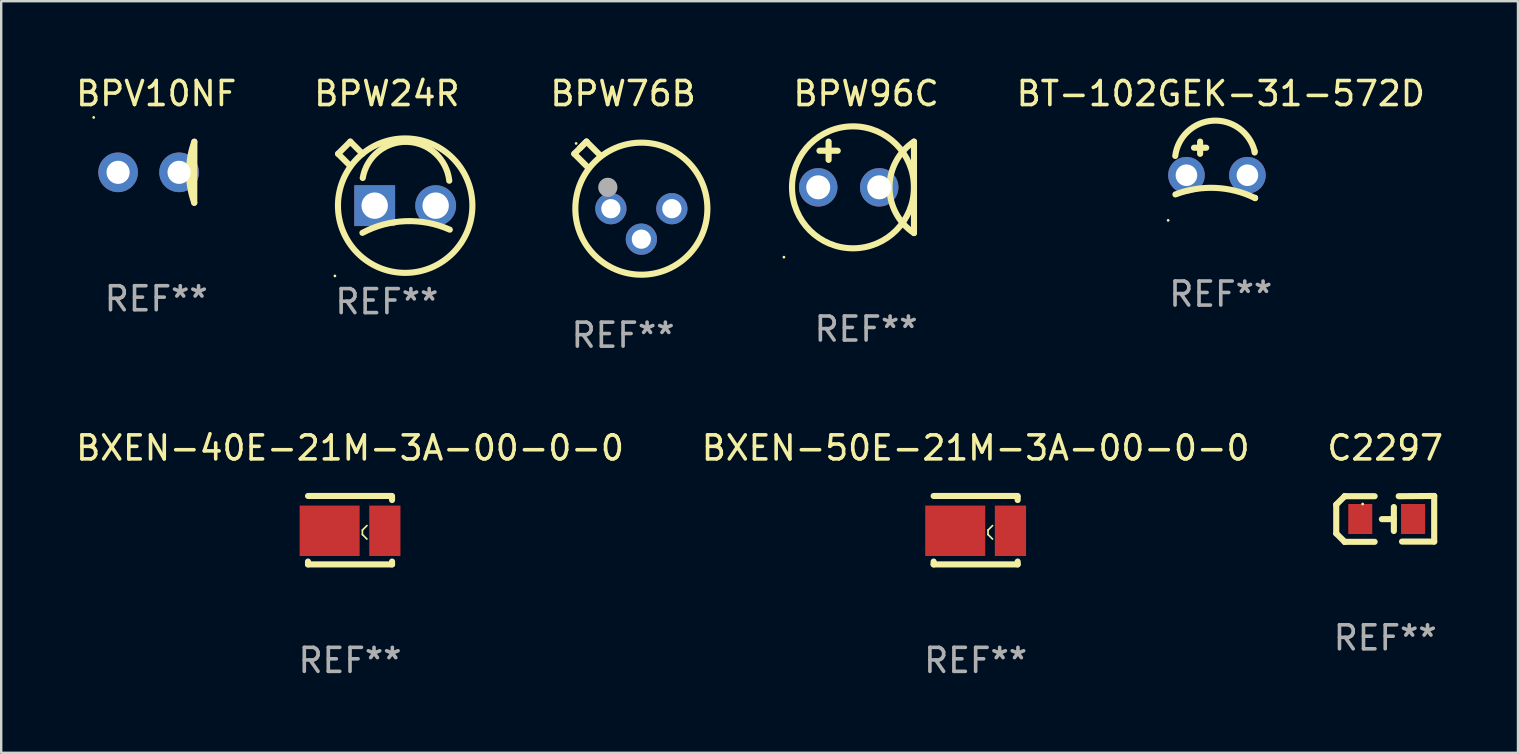
<source format=kicad_pcb>
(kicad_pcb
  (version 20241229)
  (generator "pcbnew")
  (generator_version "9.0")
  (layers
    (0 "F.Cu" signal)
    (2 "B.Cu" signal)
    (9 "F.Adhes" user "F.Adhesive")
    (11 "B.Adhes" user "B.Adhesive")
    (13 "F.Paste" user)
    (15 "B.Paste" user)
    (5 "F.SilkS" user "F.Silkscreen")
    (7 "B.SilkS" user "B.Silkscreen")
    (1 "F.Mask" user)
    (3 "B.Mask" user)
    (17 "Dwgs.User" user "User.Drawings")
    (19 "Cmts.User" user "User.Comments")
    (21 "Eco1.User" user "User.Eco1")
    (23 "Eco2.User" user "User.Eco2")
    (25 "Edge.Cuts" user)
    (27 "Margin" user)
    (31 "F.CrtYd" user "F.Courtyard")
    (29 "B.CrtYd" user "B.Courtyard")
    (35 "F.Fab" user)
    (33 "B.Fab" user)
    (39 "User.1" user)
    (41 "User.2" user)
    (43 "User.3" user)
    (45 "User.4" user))
  (footprint "C2297"
    (layer "F.Cu")
    (at 54.649 18.564)
    (property "Reference" "C2297" (at 0 -2.955 0) (layer "F.SilkS") (effects (font (size 1 1) (thickness 0.15))))
    (attr through_hole)
    (fp_line (start -2.04 -0.595) (end -2.04 0.605) (stroke (width 0.254) (type solid)) (layer "F.SilkS"))
    (fp_line (start -1.69 -0.945) (end -1.69 -0.945) (stroke (width 0.254) (type solid)) (layer "F.SilkS"))
    (fp_line (start -1.69 -0.945) (end -2.04 -0.595) (stroke (width 0.254) (type solid)) (layer "F.SilkS"))
    (fp_line (start -1.69 0.955) (end -2.04 0.605) (stroke (width 0.254) (type solid)) (layer "F.SilkS"))
    (fp_line (start -1.69 0.955) (end -1.69 0.955) (stroke (width 0.254) (type solid)) (layer "F.SilkS"))
    (fp_line (start -0.44 -0.945) (end -1.69 -0.945) (stroke (width 0.254) (type solid)) (layer "F.SilkS"))
    (fp_line (start -0.44 0.955) (end -1.69 0.955) (stroke (width 0.254) (type solid)) (layer "F.SilkS"))
    (fp_line (start 0.36 -0.495) (end 0.36 0.505) (stroke (width 0.254) (type solid)) (layer "F.SilkS"))
    (fp_line (start 0.36 0.01) (end -0.14 0.01) (stroke (width 0.254) (type solid)) (layer "F.SilkS"))
    (fp_line (start 0.56 -0.945) (end 2.04 -0.955) (stroke (width 0.254) (type solid)) (layer "F.SilkS"))
    (fp_line (start 0.7 0.945) (end 2.04 0.945) (stroke (width 0.254) (type solid)) (layer "F.SilkS"))
    (fp_line (start 2.04 -0.955) (end 2.04 0.945) (stroke (width 0.254) (type solid)) (layer "F.SilkS"))
    (fp_circle (center -0.94 -0.62) (end -0.91 -0.62) (stroke (width 0.06) (type solid)) (fill no) (layer "F.SilkS"))
    (fp_text user "REF**" (at 0 4.955 0) (layer "F.Fab") (effects (font (size 1 1) (thickness 0.15))))
    (pad "1" smd rect (at -1.04 0.005 180) (size 1 1.25) (layers "F.Cu" "F.Mask" "F.Paste"))
    (pad "2" smd rect (at 1.16 0.005 180) (size 1 1.25) (layers "F.Cu" "F.Mask" "F.Paste")))
  (footprint "BPV10NF"
    (layer "F.Cu")
    (at 3.458 4.122)
    (property "Reference" "BPV10NF" (at 0 -3.274 0) (layer "F.SilkS") (effects (font (size 1 1) (thickness 0.15))))
    (attr through_hole)
    (fp_line (start 1.583 1.274) (end 1.589 -1.274) (stroke (width 0.254) (type solid)) (layer "F.SilkS"))
    (fp_arc (start 1.583338 1.273431) (mid 1.364062 0.005969) (end 1.583338 -1.261494) (stroke (width 0.254001) (type solid)) (layer "F.SilkS"))
    (fp_circle (center -2.605 -2.28) (end -2.575 -2.28) (stroke (width 0.06) (type solid)) (fill no) (layer "F.SilkS"))
    (fp_text user "REF**" (at 0 5.274 0) (layer "F.Fab") (effects (font (size 1 1) (thickness 0.15))))
    (pad "1" thru_hole circle (at -1.589 0.006) (size 1.651 1.651) (drill 0.965) (layers "*.Cu" "*.Mask"))
    (pad "2" thru_hole circle (at 0.951 0.006) (size 1.651 1.651) (drill 0.965) (layers "*.Cu" "*.Mask")))
  (footprint "BXEN-50E-21M-3A-00-0-0"
    (layer "F.Cu")
    (at 37.589 19.034)
    (property "Reference" "BXEN-50E-21M-3A-00-0-0" (at 0 -3.425 0) (layer "F.SilkS") (effects (font (size 1 1) (thickness 0.15))))
    (attr through_hole)
    (fp_line (start -1.75 -1.425) (end 1.75 -1.425) (stroke (width 0.254) (type solid)) (layer "F.SilkS"))
    (fp_line (start -1.75 1.307) (end -1.75 1.425) (stroke (width 0.254) (type solid)) (layer "F.SilkS"))
    (fp_line (start 0.515 -0.003) (end 0.704 -0.192) (stroke (width 0.07) (type solid)) (layer "F.SilkS"))
    (fp_line (start 0.515 0.181) (end 0.515 -0.003) (stroke (width 0.07) (type solid)) (layer "F.SilkS"))
    (fp_line (start 0.704 0.37) (end 0.515 0.181) (stroke (width 0.07) (type solid)) (layer "F.SilkS"))
    (fp_line (start 1.75 -1.375) (end 1.75 -1.256) (stroke (width 0.254) (type solid)) (layer "F.SilkS"))
    (fp_line (start 1.75 1.307) (end 1.75 1.425) (stroke (width 0.254) (type solid)) (layer "F.SilkS"))
    (fp_line (start 1.75 1.425) (end -1.75 1.425) (stroke (width 0.254) (type solid)) (layer "F.SilkS"))
    (fp_circle (center -1.775 1.425) (end -1.745 1.425) (stroke (width 0.06) (type solid)) (fill no) (layer "F.SilkS"))
    (fp_text user "REF**" (at 0 5.425 0) (layer "F.Fab") (effects (font (size 1 1) (thickness 0.15))))
    (pad "1" smd rect (at -0.85 0.025) (size 2.5 2.1) (layers "F.Cu" "F.Mask" "F.Paste"))
    (pad "2" smd rect (at 1.45 0.025 180) (size 1.3 2.1) (layers "F.Cu" "F.Mask" "F.Paste")))
  (footprint "BPW96C"
    (layer "F.Cu")
    (at 33.026 4.753)
    (property "Reference" "BPW96C" (at 0 -3.905 0) (layer "F.SilkS") (effects (font (size 1 1) (thickness 0.15))))
    (attr through_hole)
    (fp_line (start -1.943 -1.524) (end -1.181 -1.524) (stroke (width 0.254) (type solid)) (layer "F.SilkS"))
    (fp_line (start -1.562 -1.143) (end -1.562 -1.905) (stroke (width 0.254) (type solid)) (layer "F.SilkS"))
    (fp_line (start 1.994 1.905) (end 1.994 -1.905) (stroke (width 0.254) (type solid)) (layer "F.SilkS"))
    (fp_arc (start 1.993899 1.905) (mid 0.974377 0) (end 1.993899 -1.905) (stroke (width 0.254001) (type solid)) (layer "F.SilkS"))
    (fp_circle (center -3.423 2.909) (end -3.393 2.909) (stroke (width 0.06) (type solid)) (fill no) (layer "F.SilkS"))
    (fp_circle (center -0.546 0) (end 1.994 0) (stroke (width 0.254) (type solid)) (fill no) (layer "F.SilkS"))
    (fp_text user "REF**" (at 0 5.905 0) (layer "F.Fab") (effects (font (size 1 1) (thickness 0.15))))
    (pad "1" thru_hole circle (at -1.994 0) (size 1.6 1.6) (drill 1) (layers "*.Cu" "*.Mask"))
    (pad "2" thru_hole circle (at 0.546 0) (size 1.6 1.6) (drill 1) (layers "*.Cu" "*.Mask")))
  (footprint "BPW76B"
    (layer "F.Cu")
    (at 22.903 4.88)
    (property "Reference" "BPW76B" (at 0 -4.032 0) (layer "F.SilkS") (effects (font (size 1 1) (thickness 0.15))))
    (attr through_hole)
    (fp_line (start -2.032 -1.524) (end -1.466 -0.958) (stroke (width 0.254) (type solid)) (layer "F.SilkS"))
    (fp_line (start -1.778 -1.778) (end -2.032 -1.524) (stroke (width 0.254) (type solid)) (layer "F.SilkS"))
    (fp_line (start -1.778 -1.778) (end -1.524 -2.032) (stroke (width 0.254) (type solid)) (layer "F.SilkS"))
    (fp_line (start -1.524 -2.032) (end -1.778 -1.778) (stroke (width 0.254) (type solid)) (layer "F.SilkS"))
    (fp_line (start -1.524 -2.032) (end -0.958 -1.466) (stroke (width 0.254) (type solid)) (layer "F.SilkS"))
    (fp_circle (center -1.956 -1.956) (end -1.926 -1.956) (stroke (width 0.06) (type solid)) (fill no) (layer "F.SilkS"))
    (fp_circle (center 0.762 0.762) (end 3.512 0.762) (stroke (width 0.254) (type solid)) (fill no) (layer "F.SilkS"))
    (fp_circle (center -0.635 -0.127) (end -0.435 -0.127) (stroke (width 0.4) (type solid)) (fill no) (layer "F.Fab"))
    (fp_text user "REF**" (at 0 6.032 0) (layer "F.Fab") (effects (font (size 1 1) (thickness 0.15))))
    (pad "1" thru_hole circle (at -0.508 0.762) (size 1.3 1.3) (drill 0.8) (layers "*.Cu" "*.Mask"))
    (pad "2" thru_hole circle (at 0.762 2.032) (size 1.3 1.3) (drill 0.8) (layers "*.Cu" "*.Mask"))
    (pad "3" thru_hole circle (at 2.032 0.762) (size 1.3 1.3) (drill 0.8) (layers "*.Cu" "*.Mask")))
  (footprint "BXEN-40E-21M-3A-00-0-0"
    (layer "F.Cu")
    (at 11.53 19.034)
    (property "Reference" "BXEN-40E-21M-3A-00-0-0" (at 0 -3.425 0) (layer "F.SilkS") (effects (font (size 1 1) (thickness 0.15))))
    (attr through_hole)
    (fp_line (start -1.75 -1.425) (end 1.75 -1.425) (stroke (width 0.254) (type solid)) (layer "F.SilkS"))
    (fp_line (start -1.75 1.307) (end -1.75 1.425) (stroke (width 0.254) (type solid)) (layer "F.SilkS"))
    (fp_line (start 0.515 -0.003) (end 0.704 -0.192) (stroke (width 0.07) (type solid)) (layer "F.SilkS"))
    (fp_line (start 0.515 0.181) (end 0.515 -0.003) (stroke (width 0.07) (type solid)) (layer "F.SilkS"))
    (fp_line (start 0.704 0.37) (end 0.515 0.181) (stroke (width 0.07) (type solid)) (layer "F.SilkS"))
    (fp_line (start 1.75 -1.375) (end 1.75 -1.256) (stroke (width 0.254) (type solid)) (layer "F.SilkS"))
    (fp_line (start 1.75 1.307) (end 1.75 1.425) (stroke (width 0.254) (type solid)) (layer "F.SilkS"))
    (fp_line (start 1.75 1.425) (end -1.75 1.425) (stroke (width 0.254) (type solid)) (layer "F.SilkS"))
    (fp_circle (center -1.775 1.425) (end -1.745 1.425) (stroke (width 0.06) (type solid)) (fill no) (layer "F.SilkS"))
    (fp_text user "REF**" (at 0 5.425 0) (layer "F.Fab") (effects (font (size 1 1) (thickness 0.15))))
    (pad "1" smd rect (at -0.85 0.025) (size 2.5 2.1) (layers "F.Cu" "F.Mask" "F.Paste"))
    (pad "2" smd rect (at 1.45 0.025 180) (size 1.3 2.1) (layers "F.Cu" "F.Mask" "F.Paste")))
  (footprint "BPW24R"
    (layer "F.Cu")
    (at 13.065 4.182)
    (property "Reference" "BPW24R" (at 0 -3.334 0) (layer "F.SilkS") (effects (font (size 1 1) (thickness 0.15))))
    (attr through_hole)
    (fp_line (start -2.032 -0.826) (end -1.524 -1.334) (stroke (width 0.254) (type solid)) (layer "F.SilkS"))
    (fp_line (start -1.524 -1.334) (end -1.016 -0.826) (stroke (width 0.254) (type solid)) (layer "F.SilkS"))
    (fp_line (start -1.524 -0.318) (end -2.032 -0.826) (stroke (width 0.254) (type solid)) (layer "F.SilkS"))
    (fp_arc (start -1.019253 2.467183) (mid 0.785579 1.980379) (end 2.621057 2.334518) (stroke (width 0.254001) (type solid)) (layer "F.SilkS"))
    (fp_arc (start -1.006222 0.181991) (mid 0.845289 -1.323395) (end 2.598882 0.294996) (stroke (width 0.254001) (type solid)) (layer "F.SilkS"))
    (fp_circle (center -2.165 4.261) (end -2.135 4.261) (stroke (width 0.06) (type solid)) (fill no) (layer "F.SilkS"))
    (fp_circle (center 0.762 1.334) (end 3.562 1.334) (stroke (width 0.254) (type solid)) (fill no) (layer "F.SilkS"))
    (fp_text user "REF**" (at 0 5.334 0) (layer "F.Fab") (effects (font (size 1 1) (thickness 0.15))))
    (pad "1" thru_hole rect (at -0.508 1.334) (size 1.7 1.7) (drill 1.1) (layers "*.Cu" "*.Mask"))
    (pad "2" thru_hole circle (at 2.032 1.334) (size 1.7 1.7) (drill 1.1) (layers "*.Cu" "*.Mask")))
  (footprint "BT-102GEK-31-572D"
    (layer "F.Cu")
    (at 47.799 4.025)
    (property "Reference" "BT-102GEK-31-572D" (at 0 -3.176 0) (layer "F.SilkS") (effects (font (size 1 1) (thickness 0.15))))
    (attr through_hole)
    (fp_line (start -1.114 -0.922) (end -0.606 -0.922) (stroke (width 0.254) (type solid)) (layer "F.SilkS"))
    (fp_line (start -0.86 -1.176) (end -0.86 -0.668) (stroke (width 0.254) (type solid)) (layer "F.SilkS"))
    (fp_line (start 1.41 -0.776) (end 1.41 -0.723) (stroke (width 0.254) (type solid)) (layer "F.SilkS"))
    (fp_line (start 1.43 1.176) (end 1.43 1.164) (stroke (width 0.254) (type solid)) (layer "F.SilkS"))
    (fp_arc (start -1.896915 -0.579704) (mid -0.324751 -2.048067) (end 1.4103 -0.776302) (stroke (width 0.254001) (type solid)) (layer "F.SilkS"))
    (fp_arc (start -1.8897 1.023698) (mid -0.214006 0.752438) (end 1.429731 1.176302) (stroke (width 0.254001) (type solid)) (layer "F.SilkS"))
    (fp_circle (center -2.192 2.103) (end -2.162 2.103) (stroke (width 0.06) (type solid)) (fill no) (layer "F.SilkS"))
    (fp_text user "REF**" (at 0 5.176 0) (layer "F.Fab") (effects (font (size 1 1) (thickness 0.15))))
    (pad "1" thru_hole circle (at -1.43 0.224) (size 1.524 1.524) (drill 0.9) (layers "*.Cu" "*.Mask"))
    (pad "2" thru_hole circle (at 1.11 0.224) (size 1.524 1.524) (drill 0.9) (layers "*.Cu" "*.Mask")))
  (gr_rect
    (start -3 -3)
    (end 60.179 28.308)
    (stroke (width 0.1) (type default))
    (fill no)
    (layer "Edge.Cuts")))
</source>
